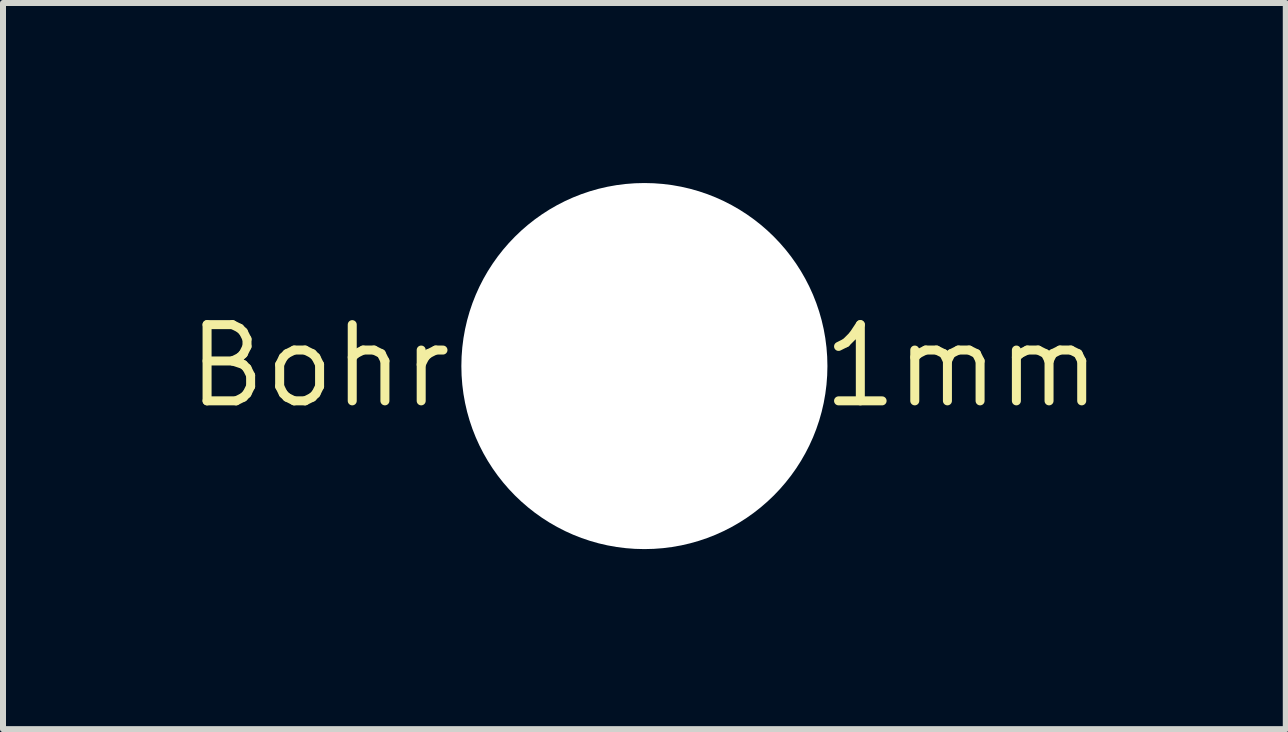
<source format=kicad_pcb>
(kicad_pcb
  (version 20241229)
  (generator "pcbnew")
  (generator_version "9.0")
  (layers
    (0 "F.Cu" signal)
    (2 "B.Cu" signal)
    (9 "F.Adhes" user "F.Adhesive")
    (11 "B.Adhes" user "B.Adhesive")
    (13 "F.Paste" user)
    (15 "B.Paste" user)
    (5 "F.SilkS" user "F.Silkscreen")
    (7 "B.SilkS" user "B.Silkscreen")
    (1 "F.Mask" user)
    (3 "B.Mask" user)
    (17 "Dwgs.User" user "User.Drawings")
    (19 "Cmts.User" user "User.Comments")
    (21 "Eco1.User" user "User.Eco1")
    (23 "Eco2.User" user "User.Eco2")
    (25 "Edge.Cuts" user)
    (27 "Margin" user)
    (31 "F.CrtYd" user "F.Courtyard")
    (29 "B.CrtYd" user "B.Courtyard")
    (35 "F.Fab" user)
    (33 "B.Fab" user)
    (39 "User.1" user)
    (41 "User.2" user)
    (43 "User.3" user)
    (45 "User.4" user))
  (footprint "Bohrung_6.1mm"
    (layer "F.Cu")
    (at 7.688 3.05)
    (property "Reference" "Bohrung_6.1mm" (at 0 0 0) (layer "F.SilkS") (effects (font (size 1.27 1.27) (thickness 0.15))))
    (attr through_hole)
    (pad "" np_thru_hole circle (at 0 0) (size 6.1 6.1) (drill 6.1) (layers "*.Cu" "*.Mask")))
  (gr_rect
    (start -3 -3)
    (end 18.376 9.1)
    (stroke (width 0.1) (type default))
    (fill no)
    (layer "Edge.Cuts")))
</source>
